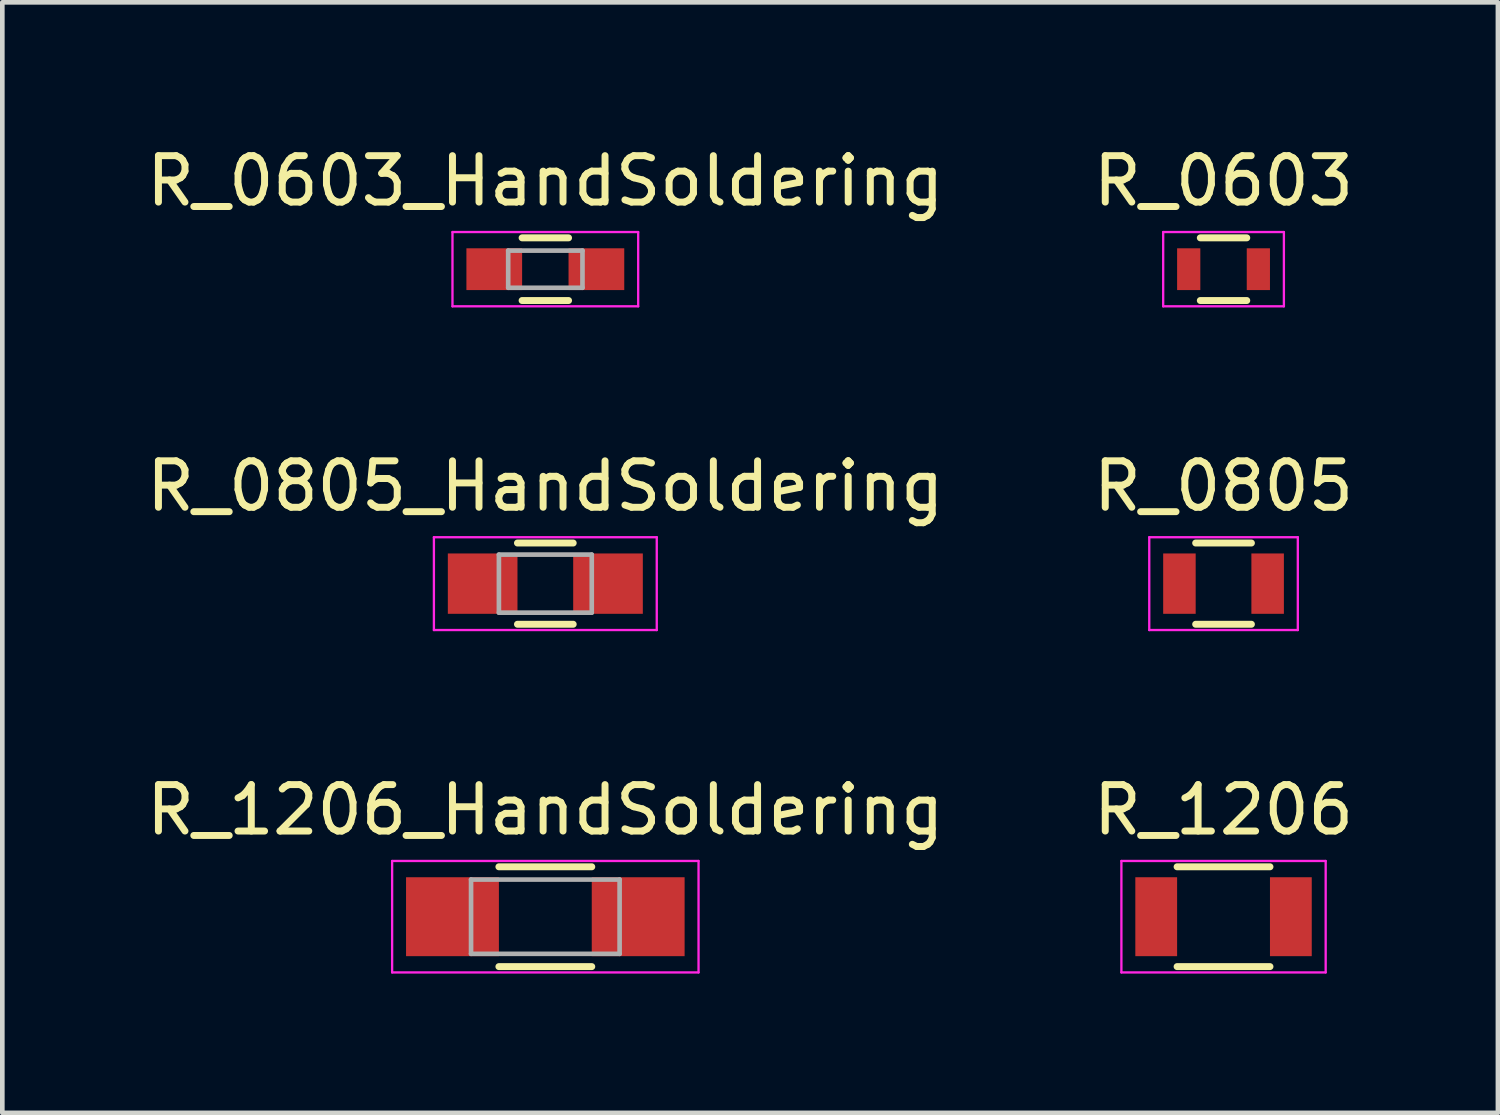
<source format=kicad_pcb>
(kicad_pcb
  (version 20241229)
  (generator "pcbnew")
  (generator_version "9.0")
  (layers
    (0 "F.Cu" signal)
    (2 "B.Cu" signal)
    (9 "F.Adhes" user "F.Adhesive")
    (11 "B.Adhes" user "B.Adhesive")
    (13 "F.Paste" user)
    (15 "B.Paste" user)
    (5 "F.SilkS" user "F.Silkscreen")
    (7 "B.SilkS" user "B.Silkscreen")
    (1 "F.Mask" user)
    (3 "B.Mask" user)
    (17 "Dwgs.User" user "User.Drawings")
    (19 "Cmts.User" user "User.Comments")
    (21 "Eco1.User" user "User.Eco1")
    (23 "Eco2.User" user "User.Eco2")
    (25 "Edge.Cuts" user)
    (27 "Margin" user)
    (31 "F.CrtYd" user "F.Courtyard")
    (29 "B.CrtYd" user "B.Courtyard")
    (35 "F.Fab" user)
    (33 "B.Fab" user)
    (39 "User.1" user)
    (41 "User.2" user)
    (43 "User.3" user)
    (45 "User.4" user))
  (footprint "R_0603"
    (layer "F.Cu")
    (at 23.304 2.748)
    (property "Reference" "R_0603" (at 0 -1.9 0) (layer "F.SilkS") (effects (font (size 1 1) (thickness 0.15))))
    (attr smd)
    (fp_line (start -0.5 -0.675) (end 0.5 -0.675) (stroke (width 0.15) (type solid)) (layer "F.SilkS"))
    (fp_line (start 0.5 0.675) (end -0.5 0.675) (stroke (width 0.15) (type solid)) (layer "F.SilkS"))
    (fp_line (start -1.3 -0.8) (end -1.3 0.8) (stroke (width 0.05) (type solid)) (layer "F.CrtYd"))
    (fp_line (start -1.3 -0.8) (end 1.3 -0.8) (stroke (width 0.05) (type solid)) (layer "F.CrtYd"))
    (fp_line (start -1.3 0.8) (end 1.3 0.8) (stroke (width 0.05) (type solid)) (layer "F.CrtYd"))
    (fp_line (start 1.3 -0.8) (end 1.3 0.8) (stroke (width 0.05) (type solid)) (layer "F.CrtYd"))
    (pad "1" smd rect (at -0.75 0) (size 0.5 0.9) (layers "F.Cu" "F.Mask" "F.Paste"))
    (pad "2" smd rect (at 0.75 0) (size 0.5 0.9) (layers "F.Cu" "F.Mask" "F.Paste")))
  (footprint "R_1206_HandSoldering"
    (layer "F.Cu")
    (at 8.696 16.695)
    (property "Reference" "R_1206_HandSoldering" (at 0 -2.3 0) (layer "F.SilkS") (effects (font (size 1 1) (thickness 0.15))))
    (attr smd)
    (fp_line (start -1 -1.075) (end 1 -1.075) (stroke (width 0.15) (type solid)) (layer "F.SilkS"))
    (fp_line (start 1 1.075) (end -1 1.075) (stroke (width 0.15) (type solid)) (layer "F.SilkS"))
    (fp_line (start -3.3 -1.2) (end -3.3 1.2) (stroke (width 0.05) (type solid)) (layer "F.CrtYd"))
    (fp_line (start -3.3 -1.2) (end 3.3 -1.2) (stroke (width 0.05) (type solid)) (layer "F.CrtYd"))
    (fp_line (start -3.3 1.2) (end 3.3 1.2) (stroke (width 0.05) (type solid)) (layer "F.CrtYd"))
    (fp_line (start 3.3 -1.2) (end 3.3 1.2) (stroke (width 0.05) (type solid)) (layer "F.CrtYd"))
    (fp_line (start -1.6 -0.8) (end 1.6 -0.8) (stroke (width 0.1) (type solid)) (layer "F.Fab"))
    (fp_line (start -1.6 0.8) (end -1.6 -0.8) (stroke (width 0.1) (type solid)) (layer "F.Fab"))
    (fp_line (start 1.6 -0.8) (end 1.6 0.8) (stroke (width 0.1) (type solid)) (layer "F.Fab"))
    (fp_line (start 1.6 0.8) (end -1.6 0.8) (stroke (width 0.1) (type solid)) (layer "F.Fab"))
    (pad "1" smd rect (at -2 0) (size 2 1.7) (layers "F.Cu" "F.Mask" "F.Paste"))
    (pad "2" smd rect (at 2 0) (size 2 1.7) (layers "F.Cu" "F.Mask" "F.Paste")))
  (footprint "R_0805_HandSoldering"
    (layer "F.Cu")
    (at 8.696 9.521)
    (property "Reference" "R_0805_HandSoldering" (at 0 -2.1 0) (layer "F.SilkS") (effects (font (size 1 1) (thickness 0.15))))
    (attr smd)
    (fp_line (start -0.6 -0.875) (end 0.6 -0.875) (stroke (width 0.15) (type solid)) (layer "F.SilkS"))
    (fp_line (start 0.6 0.875) (end -0.6 0.875) (stroke (width 0.15) (type solid)) (layer "F.SilkS"))
    (fp_line (start -2.4 -1) (end -2.4 1) (stroke (width 0.05) (type solid)) (layer "F.CrtYd"))
    (fp_line (start -2.4 -1) (end 2.4 -1) (stroke (width 0.05) (type solid)) (layer "F.CrtYd"))
    (fp_line (start -2.4 1) (end 2.4 1) (stroke (width 0.05) (type solid)) (layer "F.CrtYd"))
    (fp_line (start 2.4 -1) (end 2.4 1) (stroke (width 0.05) (type solid)) (layer "F.CrtYd"))
    (fp_line (start -1 -0.625) (end 1 -0.625) (stroke (width 0.1) (type solid)) (layer "F.Fab"))
    (fp_line (start -1 0.625) (end -1 -0.625) (stroke (width 0.1) (type solid)) (layer "F.Fab"))
    (fp_line (start 1 -0.625) (end 1 0.625) (stroke (width 0.1) (type solid)) (layer "F.Fab"))
    (fp_line (start 1 0.625) (end -1 0.625) (stroke (width 0.1) (type solid)) (layer "F.Fab"))
    (pad "1" smd rect (at -1.35 0) (size 1.5 1.3) (layers "F.Cu" "F.Mask" "F.Paste"))
    (pad "2" smd rect (at 1.35 0) (size 1.5 1.3) (layers "F.Cu" "F.Mask" "F.Paste")))
  (footprint "R_0603_HandSoldering"
    (layer "F.Cu")
    (at 8.696 2.748)
    (property "Reference" "R_0603_HandSoldering" (at 0 -1.9 0) (layer "F.SilkS") (effects (font (size 1 1) (thickness 0.15))))
    (attr smd)
    (fp_line (start -0.5 -0.675) (end 0.5 -0.675) (stroke (width 0.15) (type solid)) (layer "F.SilkS"))
    (fp_line (start 0.5 0.675) (end -0.5 0.675) (stroke (width 0.15) (type solid)) (layer "F.SilkS"))
    (fp_line (start -2 -0.8) (end -2 0.8) (stroke (width 0.05) (type solid)) (layer "F.CrtYd"))
    (fp_line (start -2 -0.8) (end 2 -0.8) (stroke (width 0.05) (type solid)) (layer "F.CrtYd"))
    (fp_line (start -2 0.8) (end 2 0.8) (stroke (width 0.05) (type solid)) (layer "F.CrtYd"))
    (fp_line (start 2 -0.8) (end 2 0.8) (stroke (width 0.05) (type solid)) (layer "F.CrtYd"))
    (fp_line (start -0.8 -0.4) (end 0.8 -0.4) (stroke (width 0.1) (type solid)) (layer "F.Fab"))
    (fp_line (start -0.8 0.4) (end -0.8 -0.4) (stroke (width 0.1) (type solid)) (layer "F.Fab"))
    (fp_line (start 0.8 -0.4) (end 0.8 0.4) (stroke (width 0.1) (type solid)) (layer "F.Fab"))
    (fp_line (start 0.8 0.4) (end -0.8 0.4) (stroke (width 0.1) (type solid)) (layer "F.Fab"))
    (pad "1" smd rect (at -1.1 0) (size 1.2 0.9) (layers "F.Cu" "F.Mask" "F.Paste"))
    (pad "2" smd rect (at 1.1 0) (size 1.2 0.9) (layers "F.Cu" "F.Mask" "F.Paste")))
  (footprint "R_1206"
    (layer "F.Cu")
    (at 23.304 16.695)
    (property "Reference" "R_1206" (at 0 -2.3 0) (layer "F.SilkS") (effects (font (size 1 1) (thickness 0.15))))
    (attr smd)
    (fp_line (start -1 -1.075) (end 1 -1.075) (stroke (width 0.15) (type solid)) (layer "F.SilkS"))
    (fp_line (start 1 1.075) (end -1 1.075) (stroke (width 0.15) (type solid)) (layer "F.SilkS"))
    (fp_line (start -2.2 -1.2) (end -2.2 1.2) (stroke (width 0.05) (type solid)) (layer "F.CrtYd"))
    (fp_line (start -2.2 -1.2) (end 2.2 -1.2) (stroke (width 0.05) (type solid)) (layer "F.CrtYd"))
    (fp_line (start -2.2 1.2) (end 2.2 1.2) (stroke (width 0.05) (type solid)) (layer "F.CrtYd"))
    (fp_line (start 2.2 -1.2) (end 2.2 1.2) (stroke (width 0.05) (type solid)) (layer "F.CrtYd"))
    (pad "1" smd rect (at -1.45 0) (size 0.9 1.7) (layers "F.Cu" "F.Mask" "F.Paste"))
    (pad "2" smd rect (at 1.45 0) (size 0.9 1.7) (layers "F.Cu" "F.Mask" "F.Paste")))
  (footprint "R_0805"
    (layer "F.Cu")
    (at 23.304 9.521)
    (property "Reference" "R_0805" (at 0 -2.1 0) (layer "F.SilkS") (effects (font (size 1 1) (thickness 0.15))))
    (attr smd)
    (fp_line (start -0.6 -0.875) (end 0.6 -0.875) (stroke (width 0.15) (type solid)) (layer "F.SilkS"))
    (fp_line (start 0.6 0.875) (end -0.6 0.875) (stroke (width 0.15) (type solid)) (layer "F.SilkS"))
    (fp_line (start -1.6 -1) (end -1.6 1) (stroke (width 0.05) (type solid)) (layer "F.CrtYd"))
    (fp_line (start -1.6 -1) (end 1.6 -1) (stroke (width 0.05) (type solid)) (layer "F.CrtYd"))
    (fp_line (start -1.6 1) (end 1.6 1) (stroke (width 0.05) (type solid)) (layer "F.CrtYd"))
    (fp_line (start 1.6 -1) (end 1.6 1) (stroke (width 0.05) (type solid)) (layer "F.CrtYd"))
    (pad "1" smd rect (at -0.95 0) (size 0.7 1.3) (layers "F.Cu" "F.Mask" "F.Paste"))
    (pad "2" smd rect (at 0.95 0) (size 0.7 1.3) (layers "F.Cu" "F.Mask" "F.Paste")))
  (gr_rect
    (start -3 -3)
    (end 29.214 20.92)
    (stroke (width 0.1) (type default))
    (fill no)
    (layer "Edge.Cuts")))
</source>
